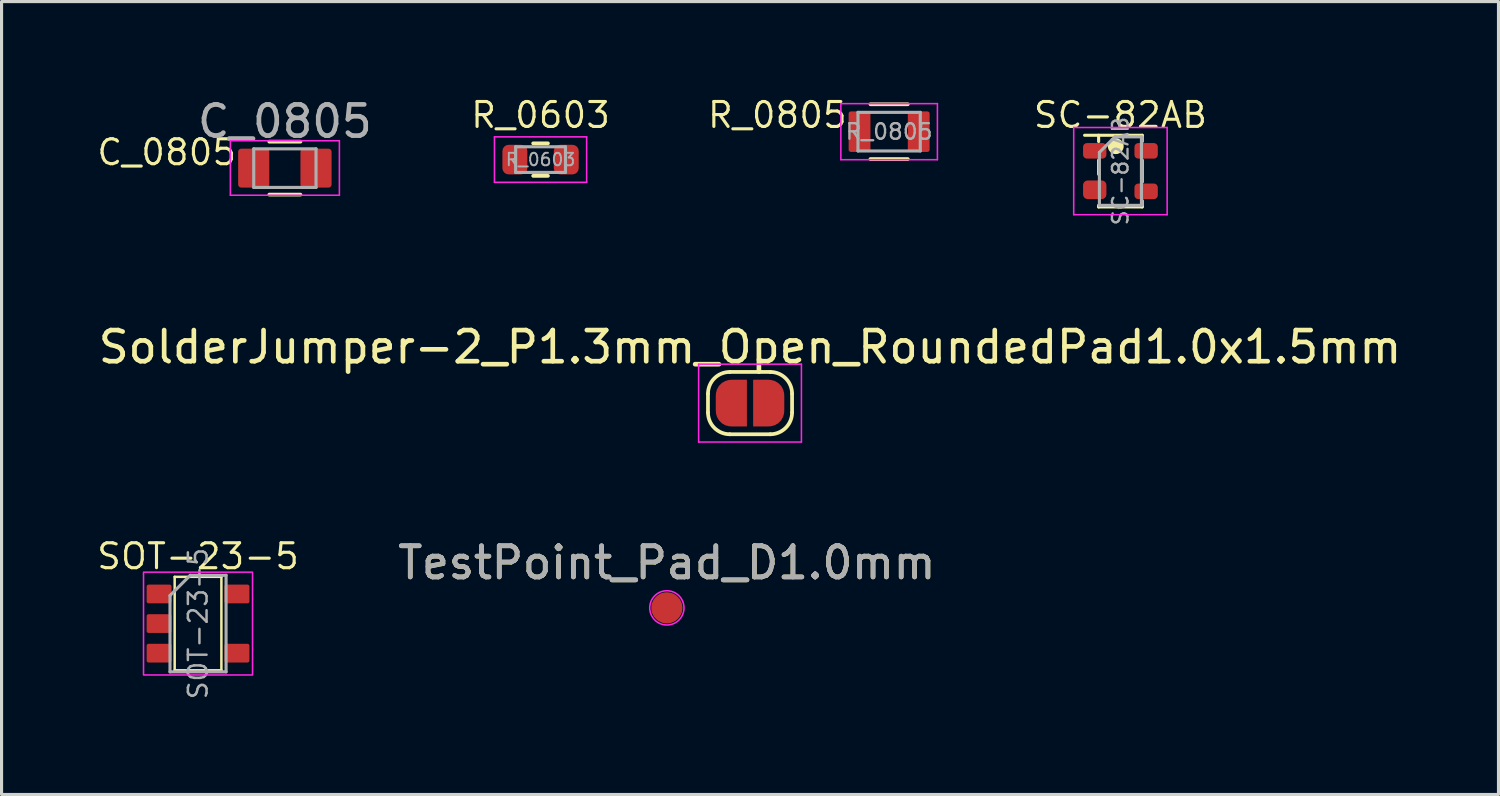
<source format=kicad_pcb>
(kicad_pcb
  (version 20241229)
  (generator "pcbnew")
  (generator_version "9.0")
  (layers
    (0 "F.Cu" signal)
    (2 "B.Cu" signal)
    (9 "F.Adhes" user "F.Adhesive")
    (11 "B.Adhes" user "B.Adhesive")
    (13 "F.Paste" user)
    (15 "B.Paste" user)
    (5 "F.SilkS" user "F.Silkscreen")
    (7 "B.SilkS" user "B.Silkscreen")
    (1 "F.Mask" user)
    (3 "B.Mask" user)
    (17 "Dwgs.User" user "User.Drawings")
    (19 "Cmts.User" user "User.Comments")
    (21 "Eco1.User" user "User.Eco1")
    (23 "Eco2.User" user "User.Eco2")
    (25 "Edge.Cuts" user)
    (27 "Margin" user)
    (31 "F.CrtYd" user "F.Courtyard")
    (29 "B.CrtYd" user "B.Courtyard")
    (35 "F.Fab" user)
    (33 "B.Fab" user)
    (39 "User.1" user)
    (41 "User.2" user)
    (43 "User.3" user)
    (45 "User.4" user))
  (footprint "R_0805"
    (layer "F.Cu")
    (at 25.496 1.177)
    (property "Reference" "R_0805" (at -1.295 -0.533 0) (unlocked yes) (layer "F.SilkS") (effects (font (size 0.8 0.8) (thickness 0.1)) (justify right)))
    (attr smd)
    (fp_line (start -0.6 -0.88) (end 0.6 -0.88) (stroke (width 0.12) (type solid)) (layer "F.SilkS"))
    (fp_line (start 0.6 0.88) (end -0.6 0.88) (stroke (width 0.12) (type solid)) (layer "F.SilkS"))
    (fp_line (start -1.55 -0.9) (end -1.55 0.9) (stroke (width 0.05) (type solid)) (layer "F.CrtYd"))
    (fp_line (start -1.55 -0.9) (end 1.55 -0.9) (stroke (width 0.05) (type solid)) (layer "F.CrtYd"))
    (fp_line (start 1.55 0.9) (end -1.55 0.9) (stroke (width 0.05) (type solid)) (layer "F.CrtYd"))
    (fp_line (start 1.55 0.9) (end 1.55 -0.9) (stroke (width 0.05) (type solid)) (layer "F.CrtYd"))
    (fp_line (start -1 -0.62) (end 1 -0.62) (stroke (width 0.1) (type solid)) (layer "F.Fab"))
    (fp_line (start -1 0.62) (end -1 -0.62) (stroke (width 0.1) (type solid)) (layer "F.Fab"))
    (fp_line (start 1 -0.62) (end 1 0.62) (stroke (width 0.1) (type solid)) (layer "F.Fab"))
    (fp_line (start 1 0.62) (end -1 0.62) (stroke (width 0.1) (type solid)) (layer "F.Fab"))
    (fp_text user "${REFERENCE}" (at 0 0 0) (layer "F.Fab") (effects (font (size 0.5 0.5) (thickness 0.075))))
    (pad "1" smd roundrect (at -0.95 0) (size 0.7 1.3) (layers "F.Cu" "F.Mask" "F.Paste") (roundrect_rratio 0.1))
    (pad "2" smd roundrect (at 0.95 0) (size 0.7 1.3) (layers "F.Cu" "F.Mask" "F.Paste") (roundrect_rratio 0.1)))
  (footprint "SolderJumper-2_P1.3mm_Open_RoundedPad1.0x1.5mm"
    (layer "F.Cu")
    (at 21.03 9.892)
    (property "Reference" "SolderJumper-2_P1.3mm_Open_RoundedPad1.0x1.5mm" (at 0 -1.8 0) (layer "F.SilkS") (effects (font (size 1 1) (thickness 0.15))))
    (attr exclude_from_pos_files exclude_from_bom)
    (fp_line (start -1.35 0.3) (end -1.35 -0.3) (stroke (width 0.12) (type solid)) (layer "F.SilkS"))
    (fp_line (start -0.65 -1) (end 0.65 -1) (stroke (width 0.12) (type solid)) (layer "F.SilkS"))
    (fp_line (start 0.65 1) (end -0.65 1) (stroke (width 0.12) (type solid)) (layer "F.SilkS"))
    (fp_line (start 1.35 -0.3) (end 1.35 0.3) (stroke (width 0.12) (type solid)) (layer "F.SilkS"))
    (fp_arc (start -1.35 -0.3) (mid -1.144975 -0.794975) (end -0.65 -1) (stroke (width 0.12) (type solid)) (layer "F.SilkS"))
    (fp_arc (start -0.65 1) (mid -1.144975 0.794975) (end -1.35 0.3) (stroke (width 0.12) (type solid)) (layer "F.SilkS"))
    (fp_arc (start 0.65 -1) (mid 1.144975 -0.794975) (end 1.35 -0.3) (stroke (width 0.12) (type solid)) (layer "F.SilkS"))
    (fp_arc (start 1.35 0.3) (mid 1.144975 0.794975) (end 0.65 1) (stroke (width 0.12) (type solid)) (layer "F.SilkS"))
    (fp_line (start -1.65 -1.25) (end -1.65 1.25) (stroke (width 0.05) (type solid)) (layer "F.CrtYd"))
    (fp_line (start -1.65 -1.25) (end 1.65 -1.25) (stroke (width 0.05) (type solid)) (layer "F.CrtYd"))
    (fp_line (start 1.65 1.25) (end -1.65 1.25) (stroke (width 0.05) (type solid)) (layer "F.CrtYd"))
    (fp_line (start 1.65 1.25) (end 1.65 -1.25) (stroke (width 0.05) (type solid)) (layer "F.CrtYd"))
    (pad "1" smd custom (at -0.6 0) (size 1 0.5) (layers "F.Cu" "F.Mask") (options (anchor rect)) (primitives (gr_circle (center 0 0.25) (end 0.5 0.25) (width 0) (fill yes)) (gr_circle (center 0 -0.25) (end 0.5 -0.25) (width 0) (fill yes)) (gr_poly (pts (xy 0.5 0.75) (xy 0 0.75) (xy 0 -0.75) (xy 0.5 -0.75)) (width 0) (fill yes))))
    (pad "2" smd custom (at 0.6 0) (size 1 0.5) (layers "F.Cu" "F.Mask") (options (anchor rect)) (primitives (gr_circle (center 0 0.25) (end 0.5 0.25) (width 0) (fill yes)) (gr_circle (center 0 -0.25) (end 0.5 -0.25) (width 0) (fill yes)) (gr_poly (pts (xy 0 0.75) (xy -0.5 0.75) (xy -0.5 -0.75) (xy 0 -0.75)) (width 0) (fill yes)))))
  (footprint "SOT-23-5"
    (layer "F.Cu")
    (at 3.308 16.97)
    (property "Reference" "SOT-23-5" (at 0 -2.159 180) (layer "F.SilkS") (effects (font (size 0.8 0.8) (thickness 0.1))))
    (attr smd)
    (fp_line (start -0.75 -1.5) (end -0.75 1.5) (stroke (width 0.08) (type solid)) (layer "F.SilkS"))
    (fp_line (start -0.75 1.5) (end 0.75 1.5) (stroke (width 0.08) (type solid)) (layer "F.SilkS"))
    (fp_line (start 0.75 -1.5) (end -0.75 -1.5) (stroke (width 0.08) (type solid)) (layer "F.SilkS"))
    (fp_line (start 0.75 1.5) (end 0.75 -1.5) (stroke (width 0.08) (type solid)) (layer "F.SilkS"))
    (fp_rect (start -1.75 -1.65) (end 1.75 1.65) (stroke (width 0.05) (type default)) (fill no) (layer "F.CrtYd"))
    (fp_line (start -0.9 -0.9) (end -0.9 1.55) (stroke (width 0.1) (type solid)) (layer "F.Fab"))
    (fp_line (start -0.9 -0.9) (end -0.25 -1.55) (stroke (width 0.1) (type solid)) (layer "F.Fab"))
    (fp_line (start 0.9 -1.55) (end -0.25 -1.55) (stroke (width 0.1) (type solid)) (layer "F.Fab"))
    (fp_line (start 0.9 -1.55) (end 0.9 1.55) (stroke (width 0.1) (type solid)) (layer "F.Fab"))
    (fp_line (start 0.9 1.55) (end -0.9 1.55) (stroke (width 0.1) (type solid)) (layer "F.Fab"))
    (fp_text user "${REFERENCE}" (at 0 0 90) (layer "F.Fab") (effects (font (size 0.6 0.6) (thickness 0.08))))
    (pad "1" smd roundrect (at -1.25 -0.95) (size 0.8 0.6) (layers "F.Cu" "F.Mask" "F.Paste") (roundrect_rratio 0.1))
    (pad "2" smd roundrect (at -1.25 0) (size 0.8 0.6) (layers "F.Cu" "F.Mask" "F.Paste") (roundrect_rratio 0.1))
    (pad "3" smd roundrect (at -1.25 0.95) (size 0.8 0.6) (layers "F.Cu" "F.Mask" "F.Paste") (roundrect_rratio 0.1))
    (pad "4" smd roundrect (at 1.25 0.95) (size 0.8 0.6) (layers "F.Cu" "F.Mask" "F.Paste") (roundrect_rratio 0.1))
    (pad "5" smd roundrect (at 1.25 -0.95) (size 0.8 0.6) (layers "F.Cu" "F.Mask" "F.Paste") (roundrect_rratio 0.1)))
  (footprint "SC-82AB"
    (layer "F.Cu")
    (at 32.922 2.443)
    (property "Reference" "SC-82AB" (at 0 -1.8 0) (unlocked yes) (layer "F.SilkS") (effects (font (size 0.8 0.8) (thickness 0.1))))
    (attr smd)
    (fp_line (start -0.7 -0.95) (end -0.7 -1.15) (stroke (width 0.1) (type default)) (layer "F.SilkS"))
    (fp_line (start -0.7 -0.35) (end -0.7 0.1) (stroke (width 0.1) (type default)) (layer "F.SilkS"))
    (fp_line (start -0.7 1.15) (end -0.7 1.1) (stroke (width 0.1) (type default)) (layer "F.SilkS"))
    (fp_line (start -0.7 1.15) (end 0.7 1.15) (stroke (width 0.1) (type default)) (layer "F.SilkS"))
    (fp_line (start 0.7 -1.15) (end -1.15 -1.15) (stroke (width 0.1) (type default)) (layer "F.SilkS"))
    (fp_line (start 0.7 -0.95) (end 0.7 -1.15) (stroke (width 0.1) (type default)) (layer "F.SilkS"))
    (fp_line (start 0.7 -0.35) (end 0.7 0.35) (stroke (width 0.1) (type default)) (layer "F.SilkS"))
    (fp_line (start 0.7 1.15) (end 0.7 0.95) (stroke (width 0.1) (type default)) (layer "F.SilkS"))
    (fp_circle (center -0.15 -0.8) (end 0.1 -0.8) (stroke (width 0.01) (type solid)) (fill yes) (layer "F.SilkS"))
    (fp_line (start -1.5 -1.4) (end -1.5 1.4) (stroke (width 0.05) (type solid)) (layer "F.CrtYd"))
    (fp_line (start -1.5 -1.4) (end 1.5 -1.4) (stroke (width 0.05) (type solid)) (layer "F.CrtYd"))
    (fp_line (start -1.5 1.4) (end 1.5 1.4) (stroke (width 0.05) (type solid)) (layer "F.CrtYd"))
    (fp_line (start 1.5 1.4) (end 1.5 -1.4) (stroke (width 0.05) (type solid)) (layer "F.CrtYd"))
    (fp_line (start -0.675 -0.6) (end -0.675 1.1) (stroke (width 0.1) (type solid)) (layer "F.Fab"))
    (fp_line (start -0.175 -1.1) (end -0.675 -0.6) (stroke (width 0.1) (type solid)) (layer "F.Fab"))
    (fp_line (start 0.675 -1.1) (end -0.175 -1.1) (stroke (width 0.1) (type solid)) (layer "F.Fab"))
    (fp_line (start 0.675 -1.1) (end 0.675 1.1) (stroke (width 0.1) (type solid)) (layer "F.Fab"))
    (fp_line (start 0.675 1.1) (end -0.675 1.1) (stroke (width 0.1) (type solid)) (layer "F.Fab"))
    (fp_text user "${REFERENCE}" (at 0 0 90) (layer "F.Fab") (effects (font (size 0.5 0.5) (thickness 0.075))))
    (pad "1" smd roundrect (at -0.825 -0.65) (size 0.75 0.5) (layers "F.Cu" "F.Mask" "F.Paste") (roundrect_rratio 0.25))
    (pad "2" smd roundrect (at -0.825 0.6) (size 0.75 0.6) (layers "F.Cu" "F.Mask" "F.Paste") (roundrect_rratio 0.25))
    (pad "3" smd roundrect (at 0.825 0.65) (size 0.75 0.5) (layers "F.Cu" "F.Mask" "F.Paste") (roundrect_rratio 0.25))
    (pad "4" smd roundrect (at 0.825 -0.65) (size 0.75 0.5) (layers "F.Cu" "F.Mask" "F.Paste") (roundrect_rratio 0.25)))
  (footprint "TestPoint_Pad_D1.0mm"
    (layer "F.Cu")
    (at 18.36 16.466)
    (property "Reference" "TestPoint_Pad_D1.0mm" (at 0 -1.448 0) (layer "F.SilkS") (effects (font (size 1 1) (thickness 0.15))))
    (attr exclude_from_pos_files exclude_from_bom)
    (fp_circle (center 0 0) (end 0.55 0) (stroke (width 0.05) (type solid)) (fill no) (layer "F.CrtYd"))
    (fp_text user "${REFERENCE}" (at 0 -1.45 0) (layer "F.Fab") (effects (font (size 1 1) (thickness 0.15))))
    (pad "1" smd circle (at 0 0) (size 1 1) (layers "F.Cu" "F.Mask")))
  (footprint "C_0805"
    (layer "F.Cu")
    (at 6.096 2.348)
    (property "Reference" "C_0805" (at -1.499 -0.508 0) (unlocked yes) (layer "F.SilkS") (effects (font (size 0.8 0.8) (thickness 0.1)) (justify right)))
    (attr smd)
    (fp_line (start -0.5 0.85) (end 0.5 0.85) (stroke (width 0.12) (type solid)) (layer "F.SilkS"))
    (fp_line (start 0.5 -0.85) (end -0.5 -0.85) (stroke (width 0.12) (type solid)) (layer "F.SilkS"))
    (fp_line (start -1.75 -0.88) (end -1.75 0.87) (stroke (width 0.05) (type solid)) (layer "F.CrtYd"))
    (fp_line (start -1.75 -0.88) (end 1.75 -0.88) (stroke (width 0.05) (type solid)) (layer "F.CrtYd"))
    (fp_line (start 1.75 0.87) (end -1.75 0.87) (stroke (width 0.05) (type solid)) (layer "F.CrtYd"))
    (fp_line (start 1.75 0.87) (end 1.75 -0.88) (stroke (width 0.05) (type solid)) (layer "F.CrtYd"))
    (fp_line (start -1 -0.62) (end 1 -0.62) (stroke (width 0.1) (type solid)) (layer "F.Fab"))
    (fp_line (start -1 0.62) (end -1 -0.62) (stroke (width 0.1) (type solid)) (layer "F.Fab"))
    (fp_line (start 1 -0.62) (end 1 0.62) (stroke (width 0.1) (type solid)) (layer "F.Fab"))
    (fp_line (start 1 0.62) (end -1 0.62) (stroke (width 0.1) (type solid)) (layer "F.Fab"))
    (fp_text user "${REFERENCE}" (at 0 -1.5 0) (layer "F.Fab") (effects (font (size 1 1) (thickness 0.15))))
    (pad "1" smd roundrect (at -1 0) (size 1 1.25) (layers "F.Cu" "F.Mask" "F.Paste") (roundrect_rratio 0.1))
    (pad "2" smd roundrect (at 1 0) (size 1 1.25) (layers "F.Cu" "F.Mask" "F.Paste") (roundrect_rratio 0.1)))
  (footprint "R_0603"
    (layer "F.Cu")
    (at 14.305 2.074)
    (property "Reference" "R_0603" (at 0 -1.43 0) (layer "F.SilkS") (effects (font (size 0.8 0.8) (thickness 0.1))))
    (attr smd)
    (fp_line (start -0.237 -0.522) (end 0.237 -0.522) (stroke (width 0.12) (type solid)) (layer "F.SilkS"))
    (fp_line (start -0.237 0.522) (end 0.237 0.522) (stroke (width 0.12) (type solid)) (layer "F.SilkS"))
    (fp_line (start -1.48 -0.73) (end 1.48 -0.73) (stroke (width 0.05) (type solid)) (layer "F.CrtYd"))
    (fp_line (start -1.48 0.73) (end -1.48 -0.73) (stroke (width 0.05) (type solid)) (layer "F.CrtYd"))
    (fp_line (start 1.48 -0.73) (end 1.48 0.73) (stroke (width 0.05) (type solid)) (layer "F.CrtYd"))
    (fp_line (start 1.48 0.73) (end -1.48 0.73) (stroke (width 0.05) (type solid)) (layer "F.CrtYd"))
    (fp_line (start -0.8 -0.412) (end 0.8 -0.412) (stroke (width 0.1) (type solid)) (layer "F.Fab"))
    (fp_line (start -0.8 0.412) (end -0.8 -0.412) (stroke (width 0.1) (type solid)) (layer "F.Fab"))
    (fp_line (start 0.8 -0.412) (end 0.8 0.412) (stroke (width 0.1) (type solid)) (layer "F.Fab"))
    (fp_line (start 0.8 0.412) (end -0.8 0.412) (stroke (width 0.1) (type solid)) (layer "F.Fab"))
    (fp_text user "${REFERENCE}" (at 0 0 0) (layer "F.Fab") (effects (font (size 0.4 0.4) (thickness 0.06))))
    (pad "1" smd roundrect (at -0.825 0) (size 0.8 0.95) (layers "F.Cu" "F.Mask" "F.Paste") (roundrect_rratio 0.25))
    (pad "2" smd roundrect (at 0.825 0) (size 0.8 0.95) (layers "F.Cu" "F.Mask" "F.Paste") (roundrect_rratio 0.25)))
  (gr_rect
    (start -3 -3)
    (end 45.06 22.458)
    (stroke (width 0.1) (type default))
    (fill no)
    (layer "Edge.Cuts")))
</source>
